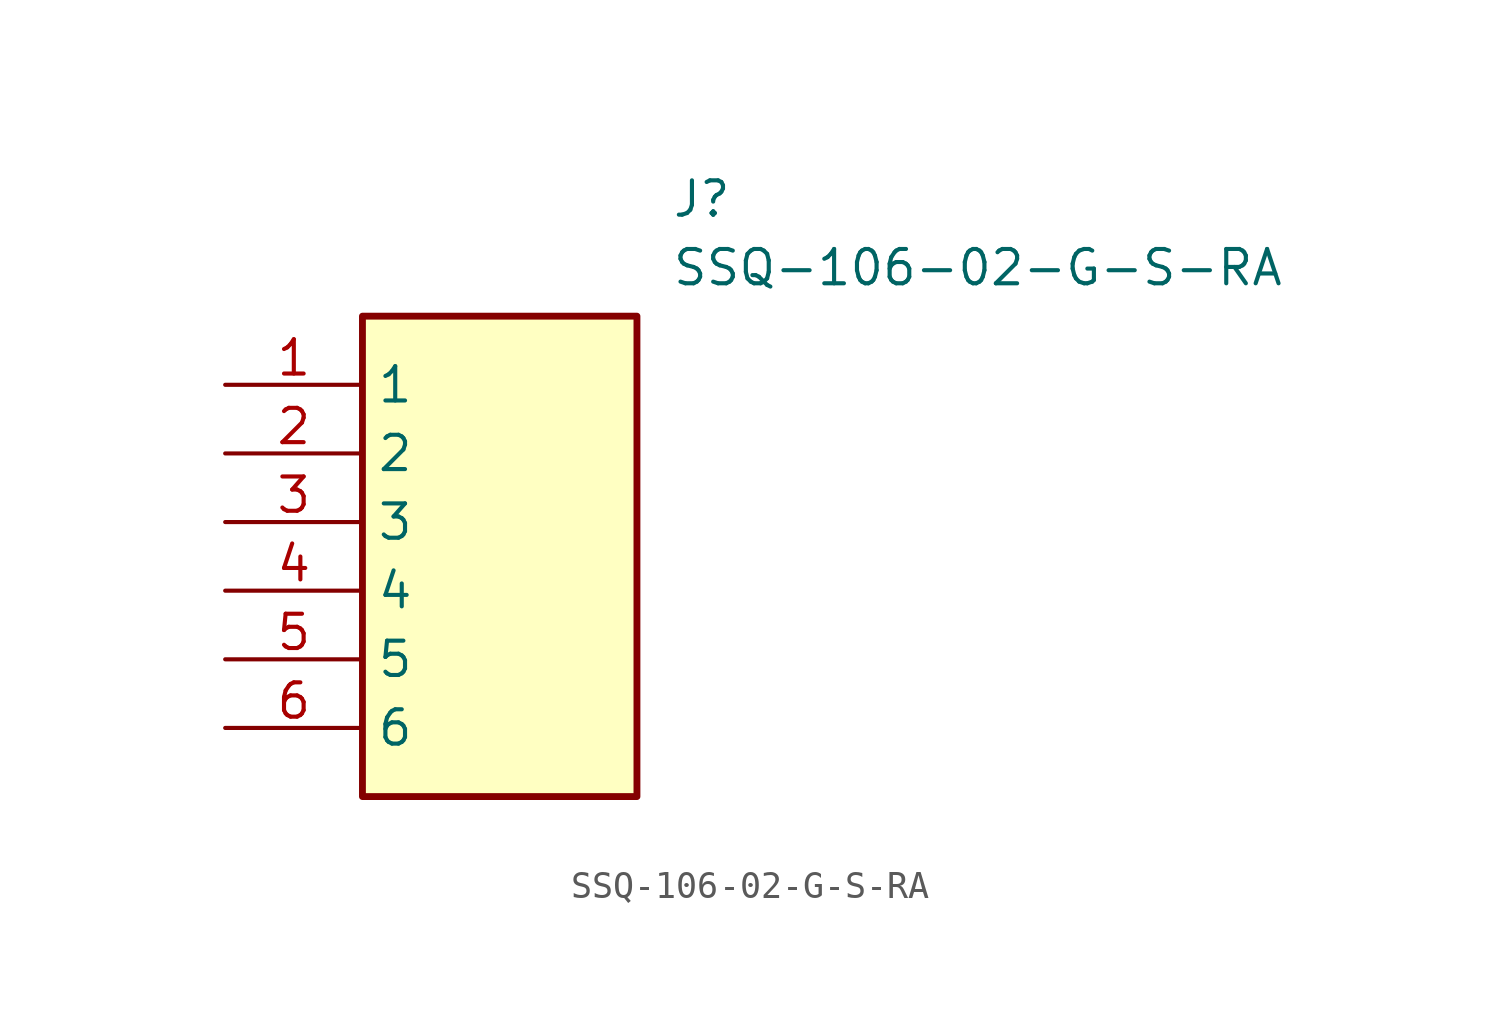
<source format=kicad_sym>
(kicad_symbol_lib
  (version 20211014)
  (generator SamacSys_ECAD_Model)
  (symbol "SSQ-106-02-G-S-RA"
    (property "Reference" "J"
      (at 16.51 7.62 0)
      (effects (font (size 1.27 1.27)) (justify left top)))
    (property "Value" "SSQ-106-02-G-S-RA"
      (at 16.51 5.08 0)
      (effects (font (size 1.27 1.27)) (justify left top)))
    (rectangle
      (start 5.08 2.54)
      (end 15.24 -15.24)
      (stroke (width 0.254) (type default))
      (fill (type background)))
    (pin passive line
      (at 0 0 0)
      (length 5.08)
      (name "1" (effects (font (size 1.27 1.27))))
      (number "1" (effects (font (size 1.27 1.27)))))
    (pin passive line
      (at 0 -2.54 0)
      (length 5.08)
      (name "2" (effects (font (size 1.27 1.27))))
      (number "2" (effects (font (size 1.27 1.27)))))
    (pin passive line
      (at 0 -5.08 0)
      (length 5.08)
      (name "3" (effects (font (size 1.27 1.27))))
      (number "3" (effects (font (size 1.27 1.27)))))
    (pin passive line
      (at 0 -7.62 0)
      (length 5.08)
      (name "4" (effects (font (size 1.27 1.27))))
      (number "4" (effects (font (size 1.27 1.27)))))
    (pin passive line
      (at 0 -10.16 0)
      (length 5.08)
      (name "5" (effects (font (size 1.27 1.27))))
      (number "5" (effects (font (size 1.27 1.27)))))
    (pin passive line
      (at 0 -12.7 0)
      (length 5.08)
      (name "6" (effects (font (size 1.27 1.27))))
      (number "6" (effects (font (size 1.27 1.27)))))))
</source>
